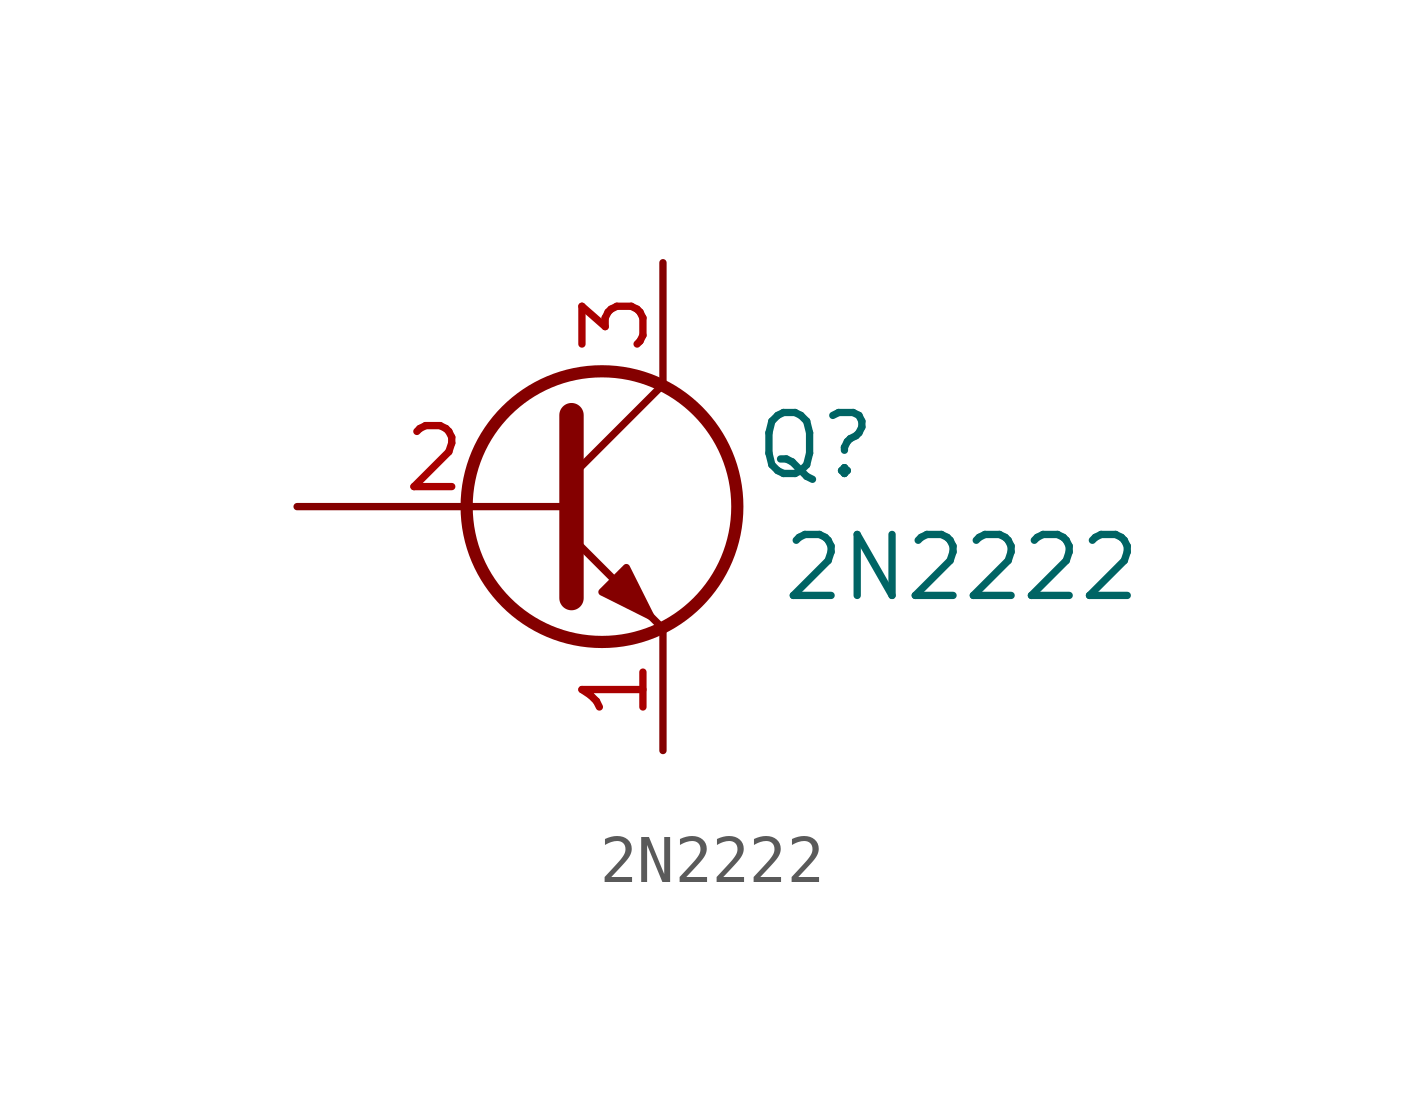
<source format=kicad_sym>
(kicad_symbol_lib
  (version 20220914)
  (generator kicad_symbol_editor)
  (symbol "2N2222"
    (pin_names hide)
    (property "Reference" "Q"
      (at 5.715 1.27 0)
      (effects (font (size 1.27 1.27))))
    (property "Value" "2N2222"
      (at 8.763 -1.27 0)
      (effects (font (size 1.27 1.27))))
    (symbol "2N2222_0_1"
      (polyline (pts (xy 0.635 0.635) (xy 2.54 2.54)) (stroke (width 0) (type default)) (fill (type none)))
      (polyline (pts (xy 0.635 -0.635) (xy 2.54 -2.54) (xy 2.54 -2.54)) (stroke (width 0) (type default)) (fill (type none)))
      (polyline (pts (xy 0.635 1.905) (xy 0.635 -1.905) (xy 0.635 -1.905)) (stroke (width 0.508) (type default)) (fill (type none)))
      (polyline (pts (xy 1.27 -1.778) (xy 1.778 -1.27) (xy 2.286 -2.286) (xy 1.27 -1.778) (xy 1.27 -1.778)) (stroke (width 0) (type default)) (fill (type outline)))
      (circle (center 1.27 0) (radius 2.819) (stroke (width 0.254) (type default)) (fill (type none))))
    (symbol "2N2222_1_1"
      (pin passive line (at 2.54 -5.08 90) (length 2.54) (name "E" (effects (font (size 1.27 1.27)))) (number "1" (effects (font (size 1.27 1.27)))))
      (pin input line (at -5.08 0 0) (length 5.715) (name "B" (effects (font (size 1.27 1.27)))) (number "2" (effects (font (size 1.27 1.27)))))
      (pin passive line (at 2.54 5.08 270) (length 2.54) (name "C" (effects (font (size 1.27 1.27)))) (number "3" (effects (font (size 1.27 1.27))))))))
</source>
